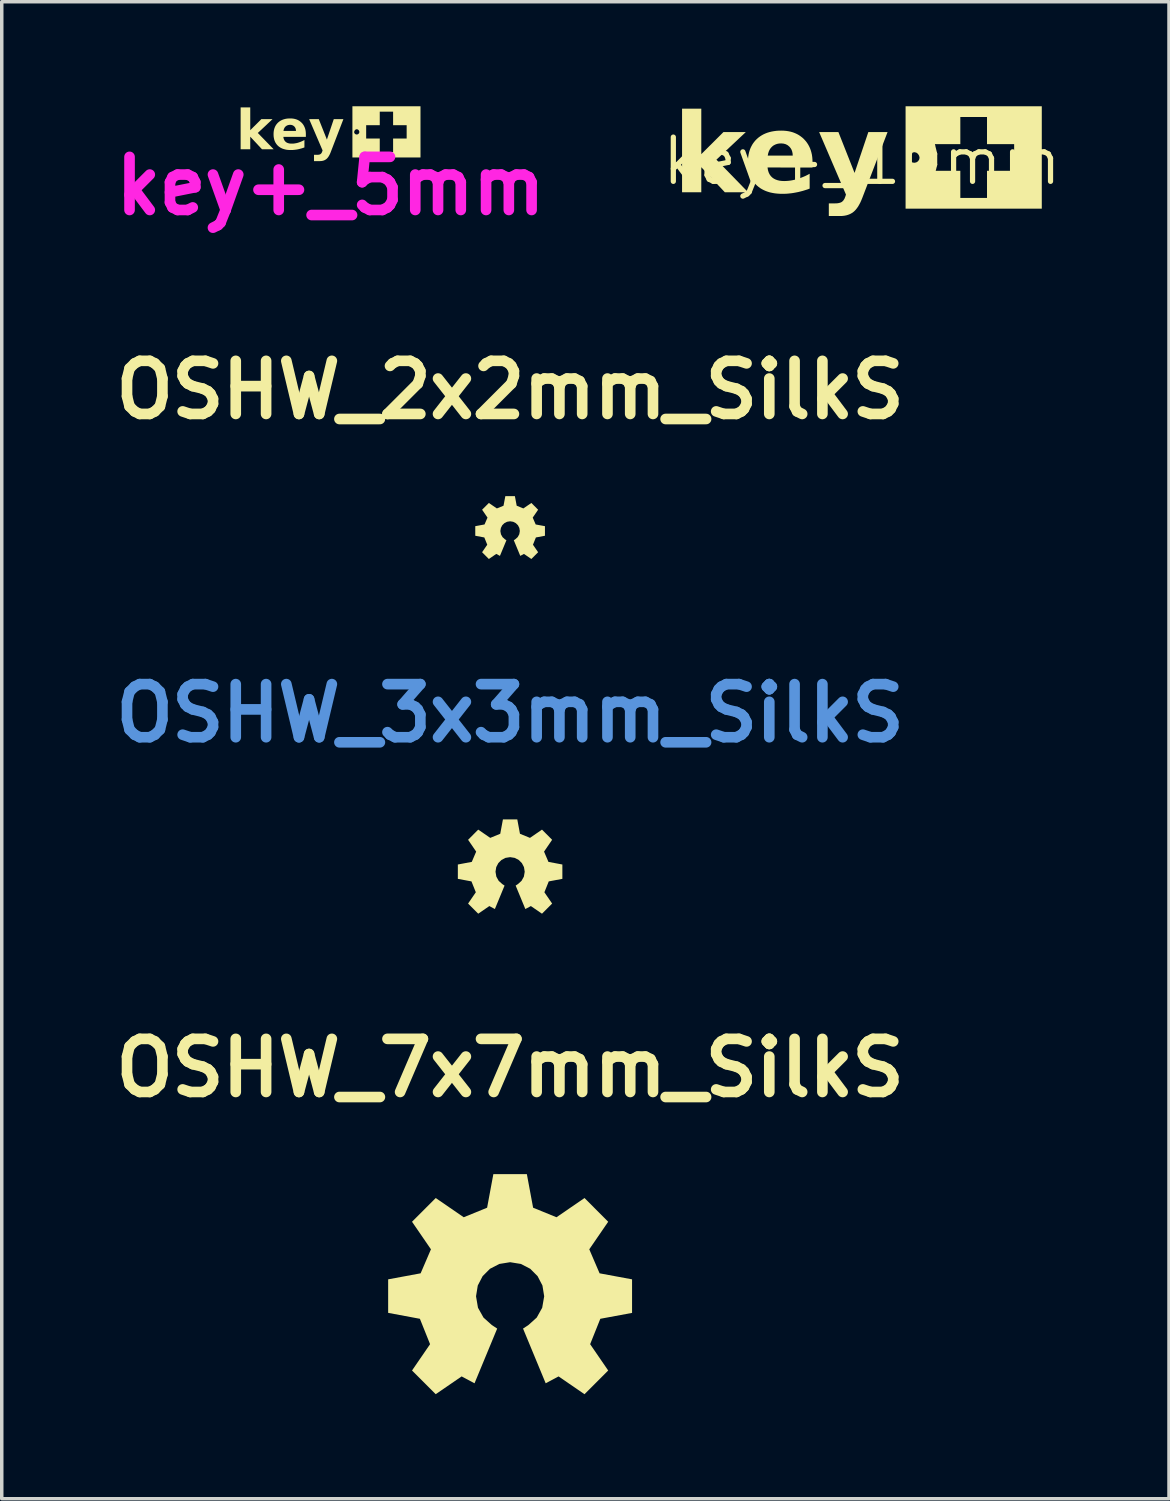
<source format=kicad_pcb>
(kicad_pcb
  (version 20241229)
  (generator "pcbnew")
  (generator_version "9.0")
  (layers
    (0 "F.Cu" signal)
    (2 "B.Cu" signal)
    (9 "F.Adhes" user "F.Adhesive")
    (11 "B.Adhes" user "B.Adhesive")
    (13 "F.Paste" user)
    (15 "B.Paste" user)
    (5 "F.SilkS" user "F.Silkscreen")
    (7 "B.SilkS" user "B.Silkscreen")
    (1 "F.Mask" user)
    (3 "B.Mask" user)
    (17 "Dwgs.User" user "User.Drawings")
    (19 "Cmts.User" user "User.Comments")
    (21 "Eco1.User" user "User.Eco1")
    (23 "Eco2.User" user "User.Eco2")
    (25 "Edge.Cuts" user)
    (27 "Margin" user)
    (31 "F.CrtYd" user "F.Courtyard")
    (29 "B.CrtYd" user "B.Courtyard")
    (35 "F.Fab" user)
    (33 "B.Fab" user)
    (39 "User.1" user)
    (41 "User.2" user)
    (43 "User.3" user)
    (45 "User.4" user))
  (footprint "OSHW_3x3mm_SilkS"
    (layer "F.Cu")
    (at 11.59 21.82)
    (property "Reference" "OSHW_3x3mm_SilkS" (at 0 -4.401 0) (layer "Cmts.User") (effects (font (size 1.524 1.524) (thickness 0.305))))
    (attr exclude_from_pos_files exclude_from_bom)
    (fp_poly (pts (xy 1.1 -0.134) (xy 0.974 -0.429) (xy 1.206 -0.768) (xy 0.915 -1.06) (xy 0.57 -0.823) (xy 0.283 -0.941) (xy 0.206 -1.353) (xy -0.206 -1.353) (xy -0.283 -0.941) (xy -0.57 -0.823) (xy -0.915 -1.06) (xy -1.206 -0.768) (xy -0.974 -0.429) (xy -1.1 -0.134) (xy -1.5 -0.059) (xy -1.5 0.353) (xy -1.109 0.426) (xy -0.984 0.738) (xy -1.206 1.062) (xy -0.915 1.353) (xy -0.596 1.134) (xy -0.437 1.219) (xy -0.159 0.546) (xy -0.226 0.502) (xy -0.328 0.41) (xy -0.395 0.29) (xy -0.419 0.149) (xy -0.398 0.016) (xy -0.338 -0.099) (xy -0.248 -0.189) (xy -0.133 -0.249) (xy 0.000001 -0.27) (xy 0.133 -0.249) (xy 0.248 -0.189) (xy 0.338 -0.099) (xy 0.398 0.016) (xy 0.419 0.149) (xy 0.395 0.29) (xy 0.328 0.41) (xy 0.226 0.502) (xy 0.159 0.546) (xy 0.437 1.219) (xy 0.596 1.134) (xy 0.915 1.353) (xy 1.206 1.062) (xy 0.984 0.738) (xy 1.109 0.426) (xy 1.5 0.353) (xy 1.5 -0.059) (xy 1.1 -0.134)) (stroke (width 0) (type solid)) (fill yes) (layer "F.SilkS")))
  (footprint "OSHW_7x7mm_SilkS"
    (layer "F.Cu")
    (at 11.59 33.806)
    (property "Reference" "OSHW_7x7mm_SilkS" (at 0 -6.206 0) (layer "F.SilkS") (effects (font (size 1.524 1.524) (thickness 0.305))))
    (attr exclude_from_pos_files exclude_from_bom)
    (fp_poly (pts (xy 2.568 -0.312) (xy 2.272 -1.001) (xy 2.815 -1.792) (xy 2.135 -2.473) (xy 1.331 -1.921) (xy 0.66 -2.195) (xy 0.481 -3.158) (xy -0.481 -3.158) (xy -0.66 -2.195) (xy -1.331 -1.921) (xy -2.135 -2.473) (xy -2.815 -1.792) (xy -2.272 -1.001) (xy -2.568 -0.312) (xy -3.5 -0.139) (xy -3.5 0.823) (xy -2.589 0.993) (xy -2.297 1.722) (xy -2.815 2.477) (xy -2.135 3.157) (xy -1.391 2.647) (xy -1.021 2.844) (xy -0.371 1.274) (xy -0.527 1.171) (xy -0.764 0.958) (xy -0.922 0.676) (xy -0.978 0.347) (xy -0.928 0.038) (xy -0.789 -0.23) (xy -0.578 -0.442) (xy -0.309 -0.581) (xy 0.000002 -0.631) (xy 0.309 -0.581) (xy 0.578 -0.442) (xy 0.789 -0.23) (xy 0.928 0.038) (xy 0.978 0.347) (xy 0.921 0.676) (xy 0.764 0.958) (xy 0.527 1.171) (xy 0.371 1.274) (xy 1.021 2.844) (xy 1.391 2.647) (xy 2.135 3.158) (xy 2.815 2.477) (xy 2.297 1.722) (xy 2.589 0.993) (xy 3.5 0.824) (xy 3.5 -0.139) (xy 2.568 -0.312)) (stroke (width 0) (type solid)) (fill yes) (layer "F.SilkS")))
  (footprint "key+_5mm"
    (layer "F.Cu")
    (at 6.437 0.787)
    (property "Reference" "key+_5mm" (at 0 1.5 0) (layer "F.CrtYd") (effects (font (size 1.524 1.524) (thickness 0.305))))
    (attr exclude_from_pos_files exclude_from_bom)
    (fp_poly (pts (xy -2.581 -0.754) (xy -2.305 -0.754) (xy -2.305 -0.1) (xy -1.987 -0.417) (xy -1.666 -0.417) (xy -2.088 -0.021) (xy -1.633 0.447) (xy -1.968 0.447) (xy -2.305 0.086) (xy -2.305 0.447) (xy -2.581 0.447) (xy -2.581 -0.754)) (stroke (width 0) (type solid)) (fill yes) (layer "F.SilkS"))
    (fp_poly (pts (xy -0.614 -0.417) (xy -0.338 -0.417) (xy -0.105 0.169) (xy 0.092 -0.417) (xy 0.368 -0.417) (xy 0.005 0.528) (xy -0.009 0.563) (xy -0.024 0.595) (xy -0.039 0.624) (xy -0.055 0.651) (xy -0.071 0.675) (xy -0.088 0.696) (xy -0.105 0.714) (xy -0.123 0.73) (xy -0.145 0.745) (xy -0.168 0.758) (xy -0.194 0.769) (xy -0.221 0.777) (xy -0.251 0.783) (xy -0.282 0.786) (xy -0.315 0.787) (xy -0.475 0.787) (xy -0.475 0.606) (xy -0.389 0.606) (xy -0.356 0.605) (xy -0.328 0.601) (xy -0.305 0.594) (xy -0.287 0.584) (xy -0.267 0.565) (xy -0.25 0.538) (xy -0.237 0.504) (xy -0.229 0.48) (xy -0.614 -0.417)) (stroke (width 0) (type solid)) (fill yes) (layer "F.SilkS"))
    (fp_poly (pts (xy 0.627 -0.038) (xy 0.627 -0.028) (xy 0.627 0.682) (xy 2.581 0.682) (xy 2.581 -0.787) (xy 0.627 -0.787) (xy 0.627 -0.028) (xy 0.676 -0.041) (xy 0.682 -0.073) (xy 0.698 -0.101) (xy 0.722 -0.121) (xy 0.751 -0.129) (xy 0.781 -0.122) (xy 0.805 -0.103) (xy 0.821 -0.077) (xy 0.827 -0.046) (xy 1.022 -0.045) (xy 1.022 -0.244) (xy 1.412 -0.244) (xy 1.412 -0.633) (xy 1.795 -0.633) (xy 1.795 -0.244) (xy 2.184 -0.244) (xy 2.184 0.139) (xy 1.795 0.139) (xy 1.795 0.528) (xy 1.412 0.528) (xy 1.412 0.139) (xy 1.022 0.139) (xy 1.022 -0.045) (xy 0.827 -0.048) (xy 0.82 -0.02) (xy 0.803 0.003) (xy 0.78 0.018) (xy 0.751 0.024) (xy 0.724 0.019) (xy 0.701 0.005) (xy 0.685 -0.016) (xy 0.676 -0.041) (xy 0.627 -0.028) (xy 0.627 -0.038) (xy 0.627 -0.028) (xy 0.627 -0.038)) (stroke (width 0) (type solid)) (fill yes) (layer "F.SilkS"))
    (fp_poly (pts (xy -0.709 0.012) (xy -0.993 -0.08) (xy -0.995 -0.11) (xy -1 -0.138) (xy -1.01 -0.163) (xy -1.023 -0.186) (xy -1.039 -0.206) (xy -1.064 -0.227) (xy -1.092 -0.242) (xy -1.124 -0.252) (xy -1.159 -0.255) (xy -1.19 -0.253) (xy -1.218 -0.247) (xy -1.244 -0.238) (xy -1.268 -0.225) (xy -1.289 -0.209) (xy -1.308 -0.19) (xy -1.323 -0.167) (xy -1.336 -0.141) (xy -1.345 -0.112) (xy -1.352 -0.08) (xy -0.993 -0.08) (xy -0.709 0.012) (xy -0.709 0.091) (xy -1.355 0.091) (xy -1.349 0.128) (xy -1.339 0.161) (xy -1.325 0.19) (xy -1.307 0.215) (xy -1.285 0.237) (xy -1.263 0.252) (xy -1.239 0.264) (xy -1.212 0.273) (xy -1.183 0.28) (xy -1.151 0.284) (xy -1.116 0.285) (xy -1.087 0.285) (xy -1.058 0.283) (xy -1.028 0.279) (xy -0.998 0.274) (xy -0.968 0.268) (xy -0.938 0.26) (xy -0.907 0.25) (xy -0.876 0.239) (xy -0.845 0.227) (xy -0.814 0.213) (xy -0.782 0.198) (xy -0.75 0.181) (xy -0.75 0.394) (xy -0.783 0.406) (xy -0.815 0.417) (xy -0.848 0.426) (xy -0.881 0.435) (xy -0.913 0.443) (xy -0.946 0.45) (xy -0.979 0.456) (xy -1.011 0.46) (xy -1.044 0.464) (xy -1.077 0.467) (xy -1.109 0.468) (xy -1.142 0.469) (xy -1.18 0.468) (xy -1.217 0.466) (xy -1.253 0.462) (xy -1.287 0.456) (xy -1.319 0.448) (xy -1.35 0.439) (xy -1.38 0.429) (xy -1.408 0.416) (xy -1.435 0.402) (xy -1.46 0.386) (xy -1.484 0.369) (xy -1.507 0.35) (xy -1.527 0.33) (xy -1.546 0.308) (xy -1.563 0.284) (xy -1.579 0.26) (xy -1.592 0.234) (xy -1.604 0.207) (xy -1.614 0.178) (xy -1.622 0.148) (xy -1.628 0.117) (xy -1.633 0.084) (xy -1.635 0.051) (xy -1.636 0.015) (xy -1.635 -0.022) (xy -1.632 -0.059) (xy -1.627 -0.093) (xy -1.619 -0.126) (xy -1.61 -0.158) (xy -1.598 -0.188) (xy -1.585 -0.217) (xy -1.569 -0.244) (xy -1.551 -0.27) (xy -1.531 -0.294) (xy -1.509 -0.317) (xy -1.487 -0.336) (xy -1.464 -0.354) (xy -1.439 -0.37) (xy -1.413 -0.384) (xy -1.386 -0.397) (xy -1.357 -0.408) (xy -1.327 -0.417) (xy -1.296 -0.425) (xy -1.263 -0.431) (xy -1.229 -0.435) (xy -1.194 -0.437) (xy -1.157 -0.438) (xy -1.121 -0.437) (xy -1.086 -0.434) (xy -1.052 -0.429) (xy -1.02 -0.422) (xy -0.989 -0.413) (xy -0.959 -0.402) (xy -0.931 -0.389) (xy -0.904 -0.373) (xy -0.879 -0.356) (xy -0.855 -0.337) (xy -0.832 -0.316) (xy -0.81 -0.293) (xy -0.791 -0.268) (xy -0.774 -0.243) (xy -0.759 -0.215) (xy -0.746 -0.187) (xy -0.734 -0.157) (xy -0.725 -0.126) (xy -0.718 -0.093) (xy -0.713 -0.06) (xy -0.71 -0.024) (xy -0.709 0.012)) (stroke (width 0) (type solid)) (fill yes) (layer "F.SilkS")))
  (footprint "key+_10mm"
    (layer "F.Cu")
    (at 21.687 1.575)
    (property "Reference" "key+_10mm" (at 0 0 0) (layer "F.SilkS") (effects (font (size 1.27 1.27) (thickness 0.15))))
    (attr exclude_from_pos_files exclude_from_bom)
    (fp_poly (pts (xy -5.162 -1.507) (xy -4.61 -1.507) (xy -4.61 -0.201) (xy -3.974 -0.835) (xy -3.332 -0.835) (xy -4.176 -0.042) (xy -3.266 0.893) (xy -3.935 0.893) (xy -4.61 0.173) (xy -4.61 0.893) (xy -5.162 0.893) (xy -5.162 -1.507)) (stroke (width 0) (type solid)) (fill yes) (layer "F.SilkS"))
    (fp_poly (pts (xy -1.228 -0.835) (xy -0.675 -0.835) (xy -0.211 0.338) (xy 0.184 -0.835) (xy 0.736 -0.835) (xy 0.01 1.057) (xy -0.018 1.126) (xy -0.047 1.19) (xy -0.078 1.248) (xy -0.109 1.302) (xy -0.142 1.349) (xy -0.175 1.391) (xy -0.21 1.428) (xy -0.246 1.459) (xy -0.29 1.49) (xy -0.337 1.516) (xy -0.388 1.537) (xy -0.443 1.554) (xy -0.502 1.566) (xy -0.564 1.573) (xy -0.631 1.575) (xy -0.95 1.575) (xy -0.95 1.212) (xy -0.777 1.212) (xy -0.712 1.21) (xy -0.656 1.201) (xy -0.61 1.187) (xy -0.573 1.168) (xy -0.534 1.13) (xy -0.5 1.077) (xy -0.473 1.007) (xy -0.458 0.959) (xy -1.228 -0.835)) (stroke (width 0) (type solid)) (fill yes) (layer "F.SilkS"))
    (fp_poly (pts (xy 1.253 -0.076) (xy 1.253 -0.057) (xy 1.253 1.364) (xy 5.162 1.364) (xy 5.162 -1.575) (xy 1.253 -1.575) (xy 1.253 -0.057) (xy 1.352 -0.082) (xy 1.364 -0.145) (xy 1.396 -0.202) (xy 1.443 -0.242) (xy 1.502 -0.258) (xy 1.562 -0.244) (xy 1.61 -0.206) (xy 1.643 -0.153) (xy 1.655 -0.092) (xy 2.045 -0.09) (xy 2.045 -0.488) (xy 2.824 -0.488) (xy 2.824 -1.267) (xy 3.59 -1.267) (xy 3.59 -0.488) (xy 4.369 -0.488) (xy 4.369 0.277) (xy 3.59 0.277) (xy 3.59 1.056) (xy 2.824 1.056) (xy 2.824 0.277) (xy 2.045 0.277) (xy 2.045 -0.09) (xy 1.655 -0.095) (xy 1.64 -0.039) (xy 1.607 0.006) (xy 1.559 0.036) (xy 1.502 0.047) (xy 1.448 0.037) (xy 1.403 0.01) (xy 1.369 -0.031) (xy 1.352 -0.082) (xy 1.253 -0.057) (xy 1.253 -0.076) (xy 1.253 -0.057) (xy 1.253 -0.076)) (stroke (width 0) (type solid)) (fill yes) (layer "F.SilkS"))
    (fp_poly (pts (xy -1.418 0.025) (xy -1.986 -0.159) (xy -1.99 -0.22) (xy -2.001 -0.275) (xy -2.019 -0.326) (xy -2.045 -0.371) (xy -2.078 -0.412) (xy -2.128 -0.455) (xy -2.184 -0.485) (xy -2.247 -0.503) (xy -2.318 -0.509) (xy -2.379 -0.506) (xy -2.436 -0.495) (xy -2.488 -0.476) (xy -2.536 -0.451) (xy -2.578 -0.418) (xy -2.615 -0.379) (xy -2.646 -0.334) (xy -2.671 -0.282) (xy -2.69 -0.224) (xy -2.703 -0.159) (xy -1.986 -0.159) (xy -1.418 0.025) (xy -1.418 0.182) (xy -2.709 0.182) (xy -2.697 0.256) (xy -2.677 0.322) (xy -2.649 0.38) (xy -2.613 0.431) (xy -2.569 0.473) (xy -2.526 0.503) (xy -2.478 0.527) (xy -2.425 0.546) (xy -2.366 0.56) (xy -2.302 0.568) (xy -2.233 0.571) (xy -2.174 0.569) (xy -2.116 0.565) (xy -2.056 0.558) (xy -1.997 0.548) (xy -1.937 0.535) (xy -1.876 0.52) (xy -1.815 0.501) (xy -1.753 0.479) (xy -1.69 0.454) (xy -1.627 0.427) (xy -1.564 0.396) (xy -1.5 0.362) (xy -1.5 0.788) (xy -1.565 0.812) (xy -1.631 0.833) (xy -1.696 0.853) (xy -1.761 0.87) (xy -1.826 0.886) (xy -1.892 0.899) (xy -1.957 0.911) (xy -2.022 0.921) (xy -2.088 0.928) (xy -2.153 0.934) (xy -2.218 0.937) (xy -2.284 0.938) (xy -2.36 0.936) (xy -2.434 0.931) (xy -2.505 0.923) (xy -2.573 0.911) (xy -2.638 0.897) (xy -2.701 0.878) (xy -2.76 0.857) (xy -2.816 0.832) (xy -2.87 0.804) (xy -2.921 0.773) (xy -2.968 0.738) (xy -3.013 0.7) (xy -3.055 0.659) (xy -3.093 0.615) (xy -3.127 0.569) (xy -3.157 0.52) (xy -3.184 0.468) (xy -3.208 0.413) (xy -3.228 0.356) (xy -3.244 0.296) (xy -3.256 0.234) (xy -3.265 0.169) (xy -3.271 0.101) (xy -3.273 0.031) (xy -3.27 -0.045) (xy -3.264 -0.117) (xy -3.254 -0.186) (xy -3.239 -0.253) (xy -3.22 -0.316) (xy -3.197 -0.377) (xy -3.169 -0.434) (xy -3.138 -0.489) (xy -3.102 -0.54) (xy -3.062 -0.589) (xy -3.018 -0.634) (xy -2.974 -0.673) (xy -2.927 -0.708) (xy -2.878 -0.74) (xy -2.826 -0.769) (xy -2.771 -0.794) (xy -2.714 -0.816) (xy -2.654 -0.834) (xy -2.592 -0.849) (xy -2.526 -0.861) (xy -2.458 -0.87) (xy -2.388 -0.875) (xy -2.315 -0.876) (xy -2.242 -0.874) (xy -2.172 -0.868) (xy -2.105 -0.858) (xy -2.04 -0.844) (xy -1.978 -0.826) (xy -1.919 -0.803) (xy -1.862 -0.777) (xy -1.809 -0.747) (xy -1.758 -0.712) (xy -1.709 -0.674) (xy -1.663 -0.631) (xy -1.621 -0.585) (xy -1.582 -0.536) (xy -1.548 -0.485) (xy -1.518 -0.431) (xy -1.491 -0.374) (xy -1.469 -0.314) (xy -1.451 -0.252) (xy -1.436 -0.187) (xy -1.426 -0.119) (xy -1.42 -0.049) (xy -1.418 0.025)) (stroke (width 0) (type solid)) (fill yes) (layer "F.SilkS")))
  (footprint "OSHW_2x2mm_SilkS"
    (layer "F.Cu")
    (at 11.59 12.091)
    (property "Reference" "OSHW_2x2mm_SilkS" (at 0 -3.95 0) (layer "F.SilkS") (effects (font (size 1.524 1.524) (thickness 0.305))))
    (attr exclude_from_pos_files exclude_from_bom)
    (fp_poly (pts (xy 0.734 -0.089) (xy 0.649 -0.286) (xy 0.804 -0.512) (xy 0.61 -0.706) (xy 0.38 -0.549) (xy 0.189 -0.627) (xy 0.137 -0.902) (xy -0.137 -0.902) (xy -0.189 -0.627) (xy -0.38 -0.549) (xy -0.61 -0.706) (xy -0.804 -0.512) (xy -0.649 -0.286) (xy -0.734 -0.089) (xy -1 -0.04) (xy -1 0.235) (xy -0.74 0.284) (xy -0.656 0.492) (xy -0.804 0.708) (xy -0.61 0.902) (xy -0.397 0.756) (xy -0.292 0.813) (xy -0.106 0.364) (xy -0.151 0.335) (xy -0.218 0.274) (xy -0.263 0.193) (xy -0.28 0.099) (xy -0.265 0.011) (xy -0.226 -0.066) (xy -0.165 -0.126) (xy -0.088 -0.166) (xy 0.000001 -0.18) (xy 0.088 -0.166) (xy 0.165 -0.126) (xy 0.226 -0.066) (xy 0.265 0.011) (xy 0.279 0.099) (xy 0.263 0.193) (xy 0.218 0.274) (xy 0.15 0.335) (xy 0.106 0.364) (xy 0.292 0.813) (xy 0.397 0.756) (xy 0.61 0.902) (xy 0.804 0.708) (xy 0.656 0.492) (xy 0.74 0.284) (xy 1 0.235) (xy 1 -0.04) (xy 0.734 -0.089)) (stroke (width 0) (type solid)) (fill yes) (layer "F.SilkS")))
  (gr_rect
    (start -3 -3)
    (end 30.5 39.963)
    (stroke (width 0.1) (type default))
    (fill no)
    (layer "Edge.Cuts")))
</source>
